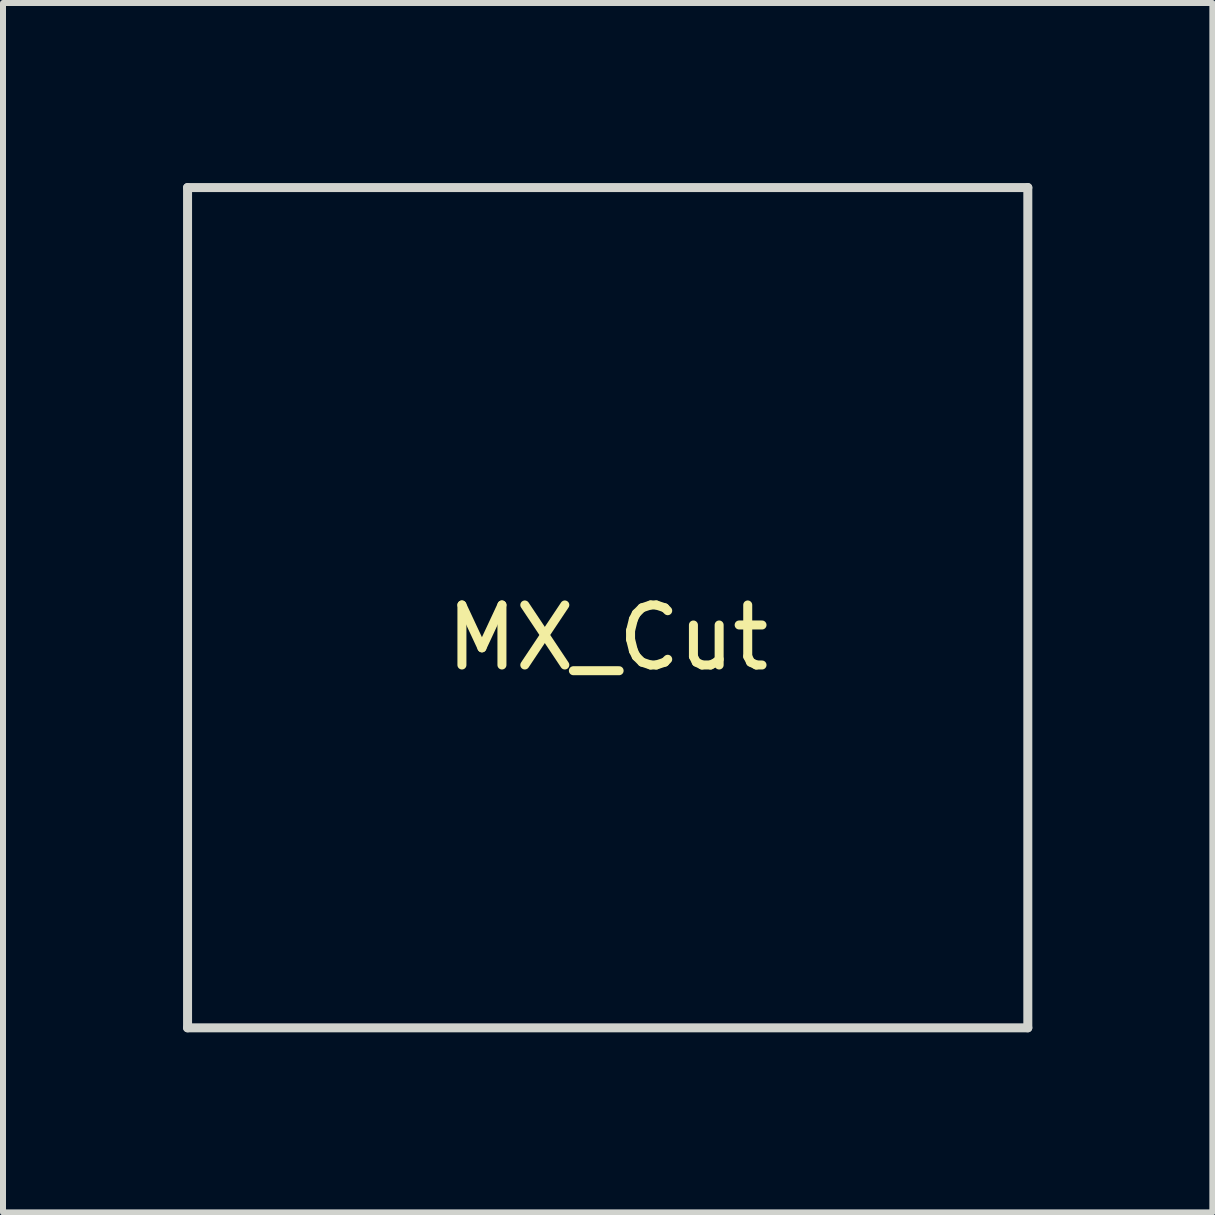
<source format=kicad_pcb>
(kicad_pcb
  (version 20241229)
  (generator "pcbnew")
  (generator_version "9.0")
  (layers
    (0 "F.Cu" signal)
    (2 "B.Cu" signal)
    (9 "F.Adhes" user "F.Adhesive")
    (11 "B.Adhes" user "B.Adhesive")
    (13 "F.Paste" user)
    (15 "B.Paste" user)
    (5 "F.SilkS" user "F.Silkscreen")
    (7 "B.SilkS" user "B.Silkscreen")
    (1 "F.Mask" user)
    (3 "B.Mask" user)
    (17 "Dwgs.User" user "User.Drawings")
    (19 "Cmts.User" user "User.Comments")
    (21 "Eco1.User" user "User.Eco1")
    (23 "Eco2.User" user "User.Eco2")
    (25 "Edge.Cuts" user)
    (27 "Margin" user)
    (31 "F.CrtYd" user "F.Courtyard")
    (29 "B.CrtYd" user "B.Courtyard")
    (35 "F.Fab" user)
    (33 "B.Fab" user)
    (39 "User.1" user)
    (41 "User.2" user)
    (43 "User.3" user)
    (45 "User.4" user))
  (footprint "MX_Cut"
    (layer "F.Cu")
    (at 7.075 7.075)
    (property "Reference" "MX_Cut" (at 0 0.5 0) (layer "F.SilkS") (effects (font (size 1 1) (thickness 0.15))))
    (attr exclude_from_pos_files exclude_from_bom)
    (fp_line (start -7 -7) (end -7 7) (stroke (width 0.15) (type solid)) (layer "Edge.Cuts"))
    (fp_line (start -7 7) (end 7 7) (stroke (width 0.15) (type solid)) (layer "Edge.Cuts"))
    (fp_line (start 7 -7) (end -7 -7) (stroke (width 0.15) (type solid)) (layer "Edge.Cuts"))
    (fp_line (start 7 7) (end 7 -7) (stroke (width 0.15) (type solid)) (layer "Edge.Cuts")))
  (gr_rect
    (start -3 -3)
    (end 17.15 17.15)
    (stroke (width 0.1) (type default))
    (fill no)
    (layer "Edge.Cuts")))
</source>
